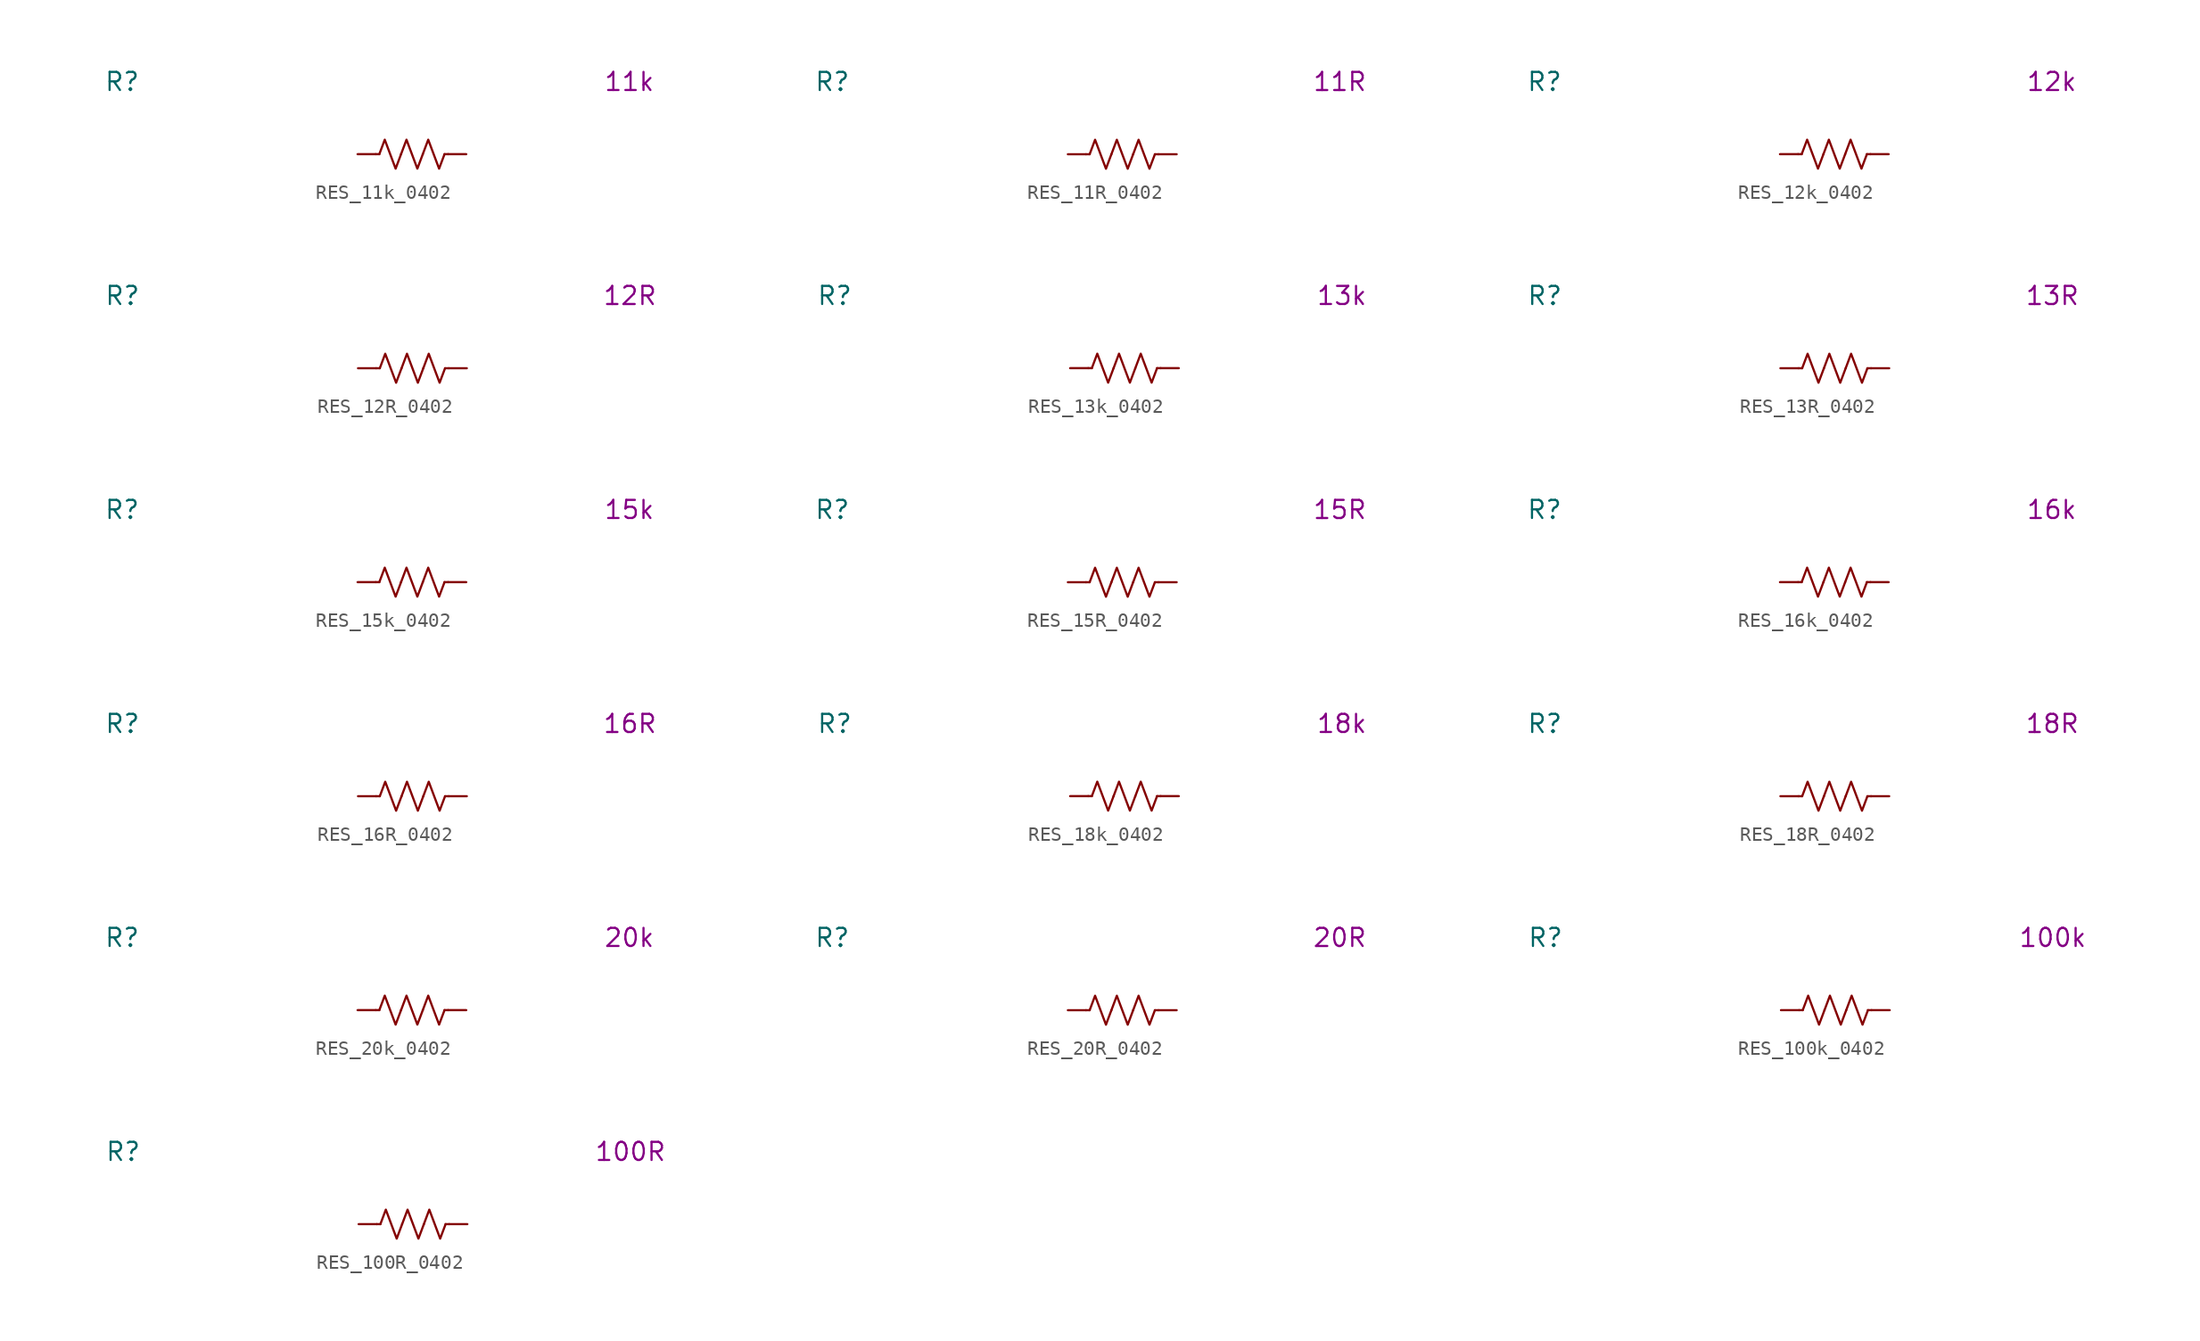
<source format=kicad_sym>
(kicad_symbol_lib
  (version 20231120)
  (generator "kicad_symbol_editor")
  (generator_version "8.0")
  (symbol "RES_11k_0402"
    (pin_numbers hide)
    (property "Reference" "R"
      (at -20.32 5.08 0)
      (effects (font (size 1.27 1.27))))
    (property "Display Value" "11k"
      (at 15.24 5.08 0)
      (effects (font (size 1.27 1.27))))
    (symbol "RES_11k_0402_0_1"
      (polyline (pts (xy -2.286 0) (xy -2.54 0)) (stroke (width 0) (type default)) (fill (type none)))
      (polyline (pts (xy 2.286 0) (xy 2.54 0)) (stroke (width 0) (type default)) (fill (type none)))
      (polyline (pts (xy -2.286 0) (xy -1.905 1.016) (xy -1.524 0) (xy -1.143 -1.016) (xy -0.762 0)) (stroke (width 0) (type default)) (fill (type none)))
      (polyline (pts (xy -0.762 0) (xy -0.381 1.016) (xy 0 0) (xy 0.381 -1.016) (xy 0.762 0)) (stroke (width 0) (type default)) (fill (type none)))
      (polyline (pts (xy 0.762 0) (xy 1.143 1.016) (xy 1.524 0) (xy 1.905 -1.016) (xy 2.286 0)) (stroke (width 0) (type default)) (fill (type none))))
    (symbol "RES_11k_0402_1_1"
      (pin passive line (at -3.81 0 0) (length 1.27) (name "~" (effects (font (size 1.27 1.27)))) (number "1" (effects (font (size 1.27 1.27)))))
      (pin passive line (at 3.81 0 180) (length 1.27) (name "~" (effects (font (size 1.27 1.27)))) (number "2" (effects (font (size 1.27 1.27)))))))
  (symbol "RES_11R_0402"
    (pin_numbers hide)
    (property "Reference" "R"
      (at -20.32 5.08 0)
      (effects (font (size 1.27 1.27))))
    (property "Display Value" "11R"
      (at 15.24 5.08 0)
      (effects (font (size 1.27 1.27))))
    (symbol "RES_11R_0402_0_1"
      (polyline (pts (xy -2.286 0) (xy -2.54 0)) (stroke (width 0) (type default)) (fill (type none)))
      (polyline (pts (xy 2.286 0) (xy 2.54 0)) (stroke (width 0) (type default)) (fill (type none)))
      (polyline (pts (xy -2.286 0) (xy -1.905 1.016) (xy -1.524 0) (xy -1.143 -1.016) (xy -0.762 0)) (stroke (width 0) (type default)) (fill (type none)))
      (polyline (pts (xy -0.762 0) (xy -0.381 1.016) (xy 0 0) (xy 0.381 -1.016) (xy 0.762 0)) (stroke (width 0) (type default)) (fill (type none)))
      (polyline (pts (xy 0.762 0) (xy 1.143 1.016) (xy 1.524 0) (xy 1.905 -1.016) (xy 2.286 0)) (stroke (width 0) (type default)) (fill (type none))))
    (symbol "RES_11R_0402_1_1"
      (pin passive line (at -3.81 0 0) (length 1.27) (name "~" (effects (font (size 1.27 1.27)))) (number "1" (effects (font (size 1.27 1.27)))))
      (pin passive line (at 3.81 0 180) (length 1.27) (name "~" (effects (font (size 1.27 1.27)))) (number "2" (effects (font (size 1.27 1.27)))))))
  (symbol "RES_12k_0402"
    (pin_numbers hide)
    (property "Reference" "R"
      (at -20.32 5.08 0)
      (effects (font (size 1.27 1.27))))
    (property "Display Value" "12k"
      (at 15.24 5.08 0)
      (effects (font (size 1.27 1.27))))
    (symbol "RES_12k_0402_0_1"
      (polyline (pts (xy -2.286 0) (xy -2.54 0)) (stroke (width 0) (type default)) (fill (type none)))
      (polyline (pts (xy 2.286 0) (xy 2.54 0)) (stroke (width 0) (type default)) (fill (type none)))
      (polyline (pts (xy -2.286 0) (xy -1.905 1.016) (xy -1.524 0) (xy -1.143 -1.016) (xy -0.762 0)) (stroke (width 0) (type default)) (fill (type none)))
      (polyline (pts (xy -0.762 0) (xy -0.381 1.016) (xy 0 0) (xy 0.381 -1.016) (xy 0.762 0)) (stroke (width 0) (type default)) (fill (type none)))
      (polyline (pts (xy 0.762 0) (xy 1.143 1.016) (xy 1.524 0) (xy 1.905 -1.016) (xy 2.286 0)) (stroke (width 0) (type default)) (fill (type none))))
    (symbol "RES_12k_0402_1_1"
      (pin passive line (at -3.81 0 0) (length 1.27) (name "~" (effects (font (size 1.27 1.27)))) (number "1" (effects (font (size 1.27 1.27)))))
      (pin passive line (at 3.81 0 180) (length 1.27) (name "~" (effects (font (size 1.27 1.27)))) (number "2" (effects (font (size 1.27 1.27)))))))
  (symbol "RES_12R_0402"
    (pin_numbers hide)
    (property "Reference" "R"
      (at -20.32 5.08 0)
      (effects (font (size 1.27 1.27))))
    (property "Display Value" "12R"
      (at 15.24 5.08 0)
      (effects (font (size 1.27 1.27))))
    (symbol "RES_12R_0402_0_1"
      (polyline (pts (xy -2.286 0) (xy -2.54 0)) (stroke (width 0) (type default)) (fill (type none)))
      (polyline (pts (xy 2.286 0) (xy 2.54 0)) (stroke (width 0) (type default)) (fill (type none)))
      (polyline (pts (xy -2.286 0) (xy -1.905 1.016) (xy -1.524 0) (xy -1.143 -1.016) (xy -0.762 0)) (stroke (width 0) (type default)) (fill (type none)))
      (polyline (pts (xy -0.762 0) (xy -0.381 1.016) (xy 0 0) (xy 0.381 -1.016) (xy 0.762 0)) (stroke (width 0) (type default)) (fill (type none)))
      (polyline (pts (xy 0.762 0) (xy 1.143 1.016) (xy 1.524 0) (xy 1.905 -1.016) (xy 2.286 0)) (stroke (width 0) (type default)) (fill (type none))))
    (symbol "RES_12R_0402_1_1"
      (pin passive line (at -3.81 0 0) (length 1.27) (name "~" (effects (font (size 1.27 1.27)))) (number "1" (effects (font (size 1.27 1.27)))))
      (pin passive line (at 3.81 0 180) (length 1.27) (name "~" (effects (font (size 1.27 1.27)))) (number "2" (effects (font (size 1.27 1.27)))))))
  (symbol "RES_13k_0402"
    (pin_numbers hide)
    (property "Reference" "R"
      (at -20.32 5.08 0)
      (effects (font (size 1.27 1.27))))
    (property "Display Value" "13k"
      (at 15.24 5.08 0)
      (effects (font (size 1.27 1.27))))
    (symbol "RES_13k_0402_0_1"
      (polyline (pts (xy -2.286 0) (xy -2.54 0)) (stroke (width 0) (type default)) (fill (type none)))
      (polyline (pts (xy 2.286 0) (xy 2.54 0)) (stroke (width 0) (type default)) (fill (type none)))
      (polyline (pts (xy -2.286 0) (xy -1.905 1.016) (xy -1.524 0) (xy -1.143 -1.016) (xy -0.762 0)) (stroke (width 0) (type default)) (fill (type none)))
      (polyline (pts (xy -0.762 0) (xy -0.381 1.016) (xy 0 0) (xy 0.381 -1.016) (xy 0.762 0)) (stroke (width 0) (type default)) (fill (type none)))
      (polyline (pts (xy 0.762 0) (xy 1.143 1.016) (xy 1.524 0) (xy 1.905 -1.016) (xy 2.286 0)) (stroke (width 0) (type default)) (fill (type none))))
    (symbol "RES_13k_0402_1_1"
      (pin passive line (at -3.81 0 0) (length 1.27) (name "~" (effects (font (size 1.27 1.27)))) (number "1" (effects (font (size 1.27 1.27)))))
      (pin passive line (at 3.81 0 180) (length 1.27) (name "~" (effects (font (size 1.27 1.27)))) (number "2" (effects (font (size 1.27 1.27)))))))
  (symbol "RES_13R_0402"
    (pin_numbers hide)
    (property "Reference" "R"
      (at -20.32 5.08 0)
      (effects (font (size 1.27 1.27))))
    (property "Display Value" "13R"
      (at 15.24 5.08 0)
      (effects (font (size 1.27 1.27))))
    (symbol "RES_13R_0402_0_1"
      (polyline (pts (xy -2.286 0) (xy -2.54 0)) (stroke (width 0) (type default)) (fill (type none)))
      (polyline (pts (xy 2.286 0) (xy 2.54 0)) (stroke (width 0) (type default)) (fill (type none)))
      (polyline (pts (xy -2.286 0) (xy -1.905 1.016) (xy -1.524 0) (xy -1.143 -1.016) (xy -0.762 0)) (stroke (width 0) (type default)) (fill (type none)))
      (polyline (pts (xy -0.762 0) (xy -0.381 1.016) (xy 0 0) (xy 0.381 -1.016) (xy 0.762 0)) (stroke (width 0) (type default)) (fill (type none)))
      (polyline (pts (xy 0.762 0) (xy 1.143 1.016) (xy 1.524 0) (xy 1.905 -1.016) (xy 2.286 0)) (stroke (width 0) (type default)) (fill (type none))))
    (symbol "RES_13R_0402_1_1"
      (pin passive line (at -3.81 0 0) (length 1.27) (name "~" (effects (font (size 1.27 1.27)))) (number "1" (effects (font (size 1.27 1.27)))))
      (pin passive line (at 3.81 0 180) (length 1.27) (name "~" (effects (font (size 1.27 1.27)))) (number "2" (effects (font (size 1.27 1.27)))))))
  (symbol "RES_15k_0402"
    (pin_numbers hide)
    (property "Reference" "R"
      (at -20.32 5.08 0)
      (effects (font (size 1.27 1.27))))
    (property "Display Value" "15k"
      (at 15.24 5.08 0)
      (effects (font (size 1.27 1.27))))
    (symbol "RES_15k_0402_0_1"
      (polyline (pts (xy -2.286 0) (xy -2.54 0)) (stroke (width 0) (type default)) (fill (type none)))
      (polyline (pts (xy 2.286 0) (xy 2.54 0)) (stroke (width 0) (type default)) (fill (type none)))
      (polyline (pts (xy -2.286 0) (xy -1.905 1.016) (xy -1.524 0) (xy -1.143 -1.016) (xy -0.762 0)) (stroke (width 0) (type default)) (fill (type none)))
      (polyline (pts (xy -0.762 0) (xy -0.381 1.016) (xy 0 0) (xy 0.381 -1.016) (xy 0.762 0)) (stroke (width 0) (type default)) (fill (type none)))
      (polyline (pts (xy 0.762 0) (xy 1.143 1.016) (xy 1.524 0) (xy 1.905 -1.016) (xy 2.286 0)) (stroke (width 0) (type default)) (fill (type none))))
    (symbol "RES_15k_0402_1_1"
      (pin passive line (at -3.81 0 0) (length 1.27) (name "~" (effects (font (size 1.27 1.27)))) (number "1" (effects (font (size 1.27 1.27)))))
      (pin passive line (at 3.81 0 180) (length 1.27) (name "~" (effects (font (size 1.27 1.27)))) (number "2" (effects (font (size 1.27 1.27)))))))
  (symbol "RES_15R_0402"
    (pin_numbers hide)
    (property "Reference" "R"
      (at -20.32 5.08 0)
      (effects (font (size 1.27 1.27))))
    (property "Display Value" "15R"
      (at 15.24 5.08 0)
      (effects (font (size 1.27 1.27))))
    (symbol "RES_15R_0402_0_1"
      (polyline (pts (xy -2.286 0) (xy -2.54 0)) (stroke (width 0) (type default)) (fill (type none)))
      (polyline (pts (xy 2.286 0) (xy 2.54 0)) (stroke (width 0) (type default)) (fill (type none)))
      (polyline (pts (xy -2.286 0) (xy -1.905 1.016) (xy -1.524 0) (xy -1.143 -1.016) (xy -0.762 0)) (stroke (width 0) (type default)) (fill (type none)))
      (polyline (pts (xy -0.762 0) (xy -0.381 1.016) (xy 0 0) (xy 0.381 -1.016) (xy 0.762 0)) (stroke (width 0) (type default)) (fill (type none)))
      (polyline (pts (xy 0.762 0) (xy 1.143 1.016) (xy 1.524 0) (xy 1.905 -1.016) (xy 2.286 0)) (stroke (width 0) (type default)) (fill (type none))))
    (symbol "RES_15R_0402_1_1"
      (pin passive line (at -3.81 0 0) (length 1.27) (name "~" (effects (font (size 1.27 1.27)))) (number "1" (effects (font (size 1.27 1.27)))))
      (pin passive line (at 3.81 0 180) (length 1.27) (name "~" (effects (font (size 1.27 1.27)))) (number "2" (effects (font (size 1.27 1.27)))))))
  (symbol "RES_16k_0402"
    (pin_numbers hide)
    (property "Reference" "R"
      (at -20.32 5.08 0)
      (effects (font (size 1.27 1.27))))
    (property "Display Value" "16k"
      (at 15.24 5.08 0)
      (effects (font (size 1.27 1.27))))
    (symbol "RES_16k_0402_0_1"
      (polyline (pts (xy -2.286 0) (xy -2.54 0)) (stroke (width 0) (type default)) (fill (type none)))
      (polyline (pts (xy 2.286 0) (xy 2.54 0)) (stroke (width 0) (type default)) (fill (type none)))
      (polyline (pts (xy -2.286 0) (xy -1.905 1.016) (xy -1.524 0) (xy -1.143 -1.016) (xy -0.762 0)) (stroke (width 0) (type default)) (fill (type none)))
      (polyline (pts (xy -0.762 0) (xy -0.381 1.016) (xy 0 0) (xy 0.381 -1.016) (xy 0.762 0)) (stroke (width 0) (type default)) (fill (type none)))
      (polyline (pts (xy 0.762 0) (xy 1.143 1.016) (xy 1.524 0) (xy 1.905 -1.016) (xy 2.286 0)) (stroke (width 0) (type default)) (fill (type none))))
    (symbol "RES_16k_0402_1_1"
      (pin passive line (at -3.81 0 0) (length 1.27) (name "~" (effects (font (size 1.27 1.27)))) (number "1" (effects (font (size 1.27 1.27)))))
      (pin passive line (at 3.81 0 180) (length 1.27) (name "~" (effects (font (size 1.27 1.27)))) (number "2" (effects (font (size 1.27 1.27)))))))
  (symbol "RES_16R_0402"
    (pin_numbers hide)
    (property "Reference" "R"
      (at -20.32 5.08 0)
      (effects (font (size 1.27 1.27))))
    (property "Display Value" "16R"
      (at 15.24 5.08 0)
      (effects (font (size 1.27 1.27))))
    (symbol "RES_16R_0402_0_1"
      (polyline (pts (xy -2.286 0) (xy -2.54 0)) (stroke (width 0) (type default)) (fill (type none)))
      (polyline (pts (xy 2.286 0) (xy 2.54 0)) (stroke (width 0) (type default)) (fill (type none)))
      (polyline (pts (xy -2.286 0) (xy -1.905 1.016) (xy -1.524 0) (xy -1.143 -1.016) (xy -0.762 0)) (stroke (width 0) (type default)) (fill (type none)))
      (polyline (pts (xy -0.762 0) (xy -0.381 1.016) (xy 0 0) (xy 0.381 -1.016) (xy 0.762 0)) (stroke (width 0) (type default)) (fill (type none)))
      (polyline (pts (xy 0.762 0) (xy 1.143 1.016) (xy 1.524 0) (xy 1.905 -1.016) (xy 2.286 0)) (stroke (width 0) (type default)) (fill (type none))))
    (symbol "RES_16R_0402_1_1"
      (pin passive line (at -3.81 0 0) (length 1.27) (name "~" (effects (font (size 1.27 1.27)))) (number "1" (effects (font (size 1.27 1.27)))))
      (pin passive line (at 3.81 0 180) (length 1.27) (name "~" (effects (font (size 1.27 1.27)))) (number "2" (effects (font (size 1.27 1.27)))))))
  (symbol "RES_18k_0402"
    (pin_numbers hide)
    (property "Reference" "R"
      (at -20.32 5.08 0)
      (effects (font (size 1.27 1.27))))
    (property "Display Value" "18k"
      (at 15.24 5.08 0)
      (effects (font (size 1.27 1.27))))
    (symbol "RES_18k_0402_0_1"
      (polyline (pts (xy -2.286 0) (xy -2.54 0)) (stroke (width 0) (type default)) (fill (type none)))
      (polyline (pts (xy 2.286 0) (xy 2.54 0)) (stroke (width 0) (type default)) (fill (type none)))
      (polyline (pts (xy -2.286 0) (xy -1.905 1.016) (xy -1.524 0) (xy -1.143 -1.016) (xy -0.762 0)) (stroke (width 0) (type default)) (fill (type none)))
      (polyline (pts (xy -0.762 0) (xy -0.381 1.016) (xy 0 0) (xy 0.381 -1.016) (xy 0.762 0)) (stroke (width 0) (type default)) (fill (type none)))
      (polyline (pts (xy 0.762 0) (xy 1.143 1.016) (xy 1.524 0) (xy 1.905 -1.016) (xy 2.286 0)) (stroke (width 0) (type default)) (fill (type none))))
    (symbol "RES_18k_0402_1_1"
      (pin passive line (at -3.81 0 0) (length 1.27) (name "~" (effects (font (size 1.27 1.27)))) (number "1" (effects (font (size 1.27 1.27)))))
      (pin passive line (at 3.81 0 180) (length 1.27) (name "~" (effects (font (size 1.27 1.27)))) (number "2" (effects (font (size 1.27 1.27)))))))
  (symbol "RES_18R_0402"
    (pin_numbers hide)
    (property "Reference" "R"
      (at -20.32 5.08 0)
      (effects (font (size 1.27 1.27))))
    (property "Display Value" "18R"
      (at 15.24 5.08 0)
      (effects (font (size 1.27 1.27))))
    (symbol "RES_18R_0402_0_1"
      (polyline (pts (xy -2.286 0) (xy -2.54 0)) (stroke (width 0) (type default)) (fill (type none)))
      (polyline (pts (xy 2.286 0) (xy 2.54 0)) (stroke (width 0) (type default)) (fill (type none)))
      (polyline (pts (xy -2.286 0) (xy -1.905 1.016) (xy -1.524 0) (xy -1.143 -1.016) (xy -0.762 0)) (stroke (width 0) (type default)) (fill (type none)))
      (polyline (pts (xy -0.762 0) (xy -0.381 1.016) (xy 0 0) (xy 0.381 -1.016) (xy 0.762 0)) (stroke (width 0) (type default)) (fill (type none)))
      (polyline (pts (xy 0.762 0) (xy 1.143 1.016) (xy 1.524 0) (xy 1.905 -1.016) (xy 2.286 0)) (stroke (width 0) (type default)) (fill (type none))))
    (symbol "RES_18R_0402_1_1"
      (pin passive line (at -3.81 0 0) (length 1.27) (name "~" (effects (font (size 1.27 1.27)))) (number "1" (effects (font (size 1.27 1.27)))))
      (pin passive line (at 3.81 0 180) (length 1.27) (name "~" (effects (font (size 1.27 1.27)))) (number "2" (effects (font (size 1.27 1.27)))))))
  (symbol "RES_20k_0402"
    (pin_numbers hide)
    (property "Reference" "R"
      (at -20.32 5.08 0)
      (effects (font (size 1.27 1.27))))
    (property "Display Value" "20k"
      (at 15.24 5.08 0)
      (effects (font (size 1.27 1.27))))
    (symbol "RES_20k_0402_0_1"
      (polyline (pts (xy -2.286 0) (xy -2.54 0)) (stroke (width 0) (type default)) (fill (type none)))
      (polyline (pts (xy 2.286 0) (xy 2.54 0)) (stroke (width 0) (type default)) (fill (type none)))
      (polyline (pts (xy -2.286 0) (xy -1.905 1.016) (xy -1.524 0) (xy -1.143 -1.016) (xy -0.762 0)) (stroke (width 0) (type default)) (fill (type none)))
      (polyline (pts (xy -0.762 0) (xy -0.381 1.016) (xy 0 0) (xy 0.381 -1.016) (xy 0.762 0)) (stroke (width 0) (type default)) (fill (type none)))
      (polyline (pts (xy 0.762 0) (xy 1.143 1.016) (xy 1.524 0) (xy 1.905 -1.016) (xy 2.286 0)) (stroke (width 0) (type default)) (fill (type none))))
    (symbol "RES_20k_0402_1_1"
      (pin passive line (at -3.81 0 0) (length 1.27) (name "~" (effects (font (size 1.27 1.27)))) (number "1" (effects (font (size 1.27 1.27)))))
      (pin passive line (at 3.81 0 180) (length 1.27) (name "~" (effects (font (size 1.27 1.27)))) (number "2" (effects (font (size 1.27 1.27)))))))
  (symbol "RES_20R_0402"
    (pin_numbers hide)
    (property "Reference" "R"
      (at -20.32 5.08 0)
      (effects (font (size 1.27 1.27))))
    (property "Display Value" "20R"
      (at 15.24 5.08 0)
      (effects (font (size 1.27 1.27))))
    (symbol "RES_20R_0402_0_1"
      (polyline (pts (xy -2.286 0) (xy -2.54 0)) (stroke (width 0) (type default)) (fill (type none)))
      (polyline (pts (xy 2.286 0) (xy 2.54 0)) (stroke (width 0) (type default)) (fill (type none)))
      (polyline (pts (xy -2.286 0) (xy -1.905 1.016) (xy -1.524 0) (xy -1.143 -1.016) (xy -0.762 0)) (stroke (width 0) (type default)) (fill (type none)))
      (polyline (pts (xy -0.762 0) (xy -0.381 1.016) (xy 0 0) (xy 0.381 -1.016) (xy 0.762 0)) (stroke (width 0) (type default)) (fill (type none)))
      (polyline (pts (xy 0.762 0) (xy 1.143 1.016) (xy 1.524 0) (xy 1.905 -1.016) (xy 2.286 0)) (stroke (width 0) (type default)) (fill (type none))))
    (symbol "RES_20R_0402_1_1"
      (pin passive line (at -3.81 0 0) (length 1.27) (name "~" (effects (font (size 1.27 1.27)))) (number "1" (effects (font (size 1.27 1.27)))))
      (pin passive line (at 3.81 0 180) (length 1.27) (name "~" (effects (font (size 1.27 1.27)))) (number "2" (effects (font (size 1.27 1.27)))))))
  (symbol "RES_100k_0402"
    (pin_numbers hide)
    (property "Reference" "R"
      (at -20.32 5.08 0)
      (effects (font (size 1.27 1.27))))
    (property "Display Value" "100k"
      (at 15.24 5.08 0)
      (effects (font (size 1.27 1.27))))
    (symbol "RES_100k_0402_0_1"
      (polyline (pts (xy -2.286 0) (xy -2.54 0)) (stroke (width 0) (type default)) (fill (type none)))
      (polyline (pts (xy 2.286 0) (xy 2.54 0)) (stroke (width 0) (type default)) (fill (type none)))
      (polyline (pts (xy -2.286 0) (xy -1.905 1.016) (xy -1.524 0) (xy -1.143 -1.016) (xy -0.762 0)) (stroke (width 0) (type default)) (fill (type none)))
      (polyline (pts (xy -0.762 0) (xy -0.381 1.016) (xy 0 0) (xy 0.381 -1.016) (xy 0.762 0)) (stroke (width 0) (type default)) (fill (type none)))
      (polyline (pts (xy 0.762 0) (xy 1.143 1.016) (xy 1.524 0) (xy 1.905 -1.016) (xy 2.286 0)) (stroke (width 0) (type default)) (fill (type none))))
    (symbol "RES_100k_0402_1_1"
      (pin passive line (at -3.81 0 0) (length 1.27) (name "~" (effects (font (size 1.27 1.27)))) (number "1" (effects (font (size 1.27 1.27)))))
      (pin passive line (at 3.81 0 180) (length 1.27) (name "~" (effects (font (size 1.27 1.27)))) (number "2" (effects (font (size 1.27 1.27)))))))
  (symbol "RES_100R_0402"
    (pin_numbers hide)
    (property "Reference" "R"
      (at -20.32 5.08 0)
      (effects (font (size 1.27 1.27))))
    (property "Display Value" "100R"
      (at 15.24 5.08 0)
      (effects (font (size 1.27 1.27))))
    (symbol "RES_100R_0402_0_1"
      (polyline (pts (xy -2.286 0) (xy -2.54 0)) (stroke (width 0) (type default)) (fill (type none)))
      (polyline (pts (xy 2.286 0) (xy 2.54 0)) (stroke (width 0) (type default)) (fill (type none)))
      (polyline (pts (xy -2.286 0) (xy -1.905 1.016) (xy -1.524 0) (xy -1.143 -1.016) (xy -0.762 0)) (stroke (width 0) (type default)) (fill (type none)))
      (polyline (pts (xy -0.762 0) (xy -0.381 1.016) (xy 0 0) (xy 0.381 -1.016) (xy 0.762 0)) (stroke (width 0) (type default)) (fill (type none)))
      (polyline (pts (xy 0.762 0) (xy 1.143 1.016) (xy 1.524 0) (xy 1.905 -1.016) (xy 2.286 0)) (stroke (width 0) (type default)) (fill (type none))))
    (symbol "RES_100R_0402_1_1"
      (pin passive line (at -3.81 0 0) (length 1.27) (name "~" (effects (font (size 1.27 1.27)))) (number "1" (effects (font (size 1.27 1.27)))))
      (pin passive line (at 3.81 0 180) (length 1.27) (name "~" (effects (font (size 1.27 1.27)))) (number "2" (effects (font (size 1.27 1.27))))))))
</source>
